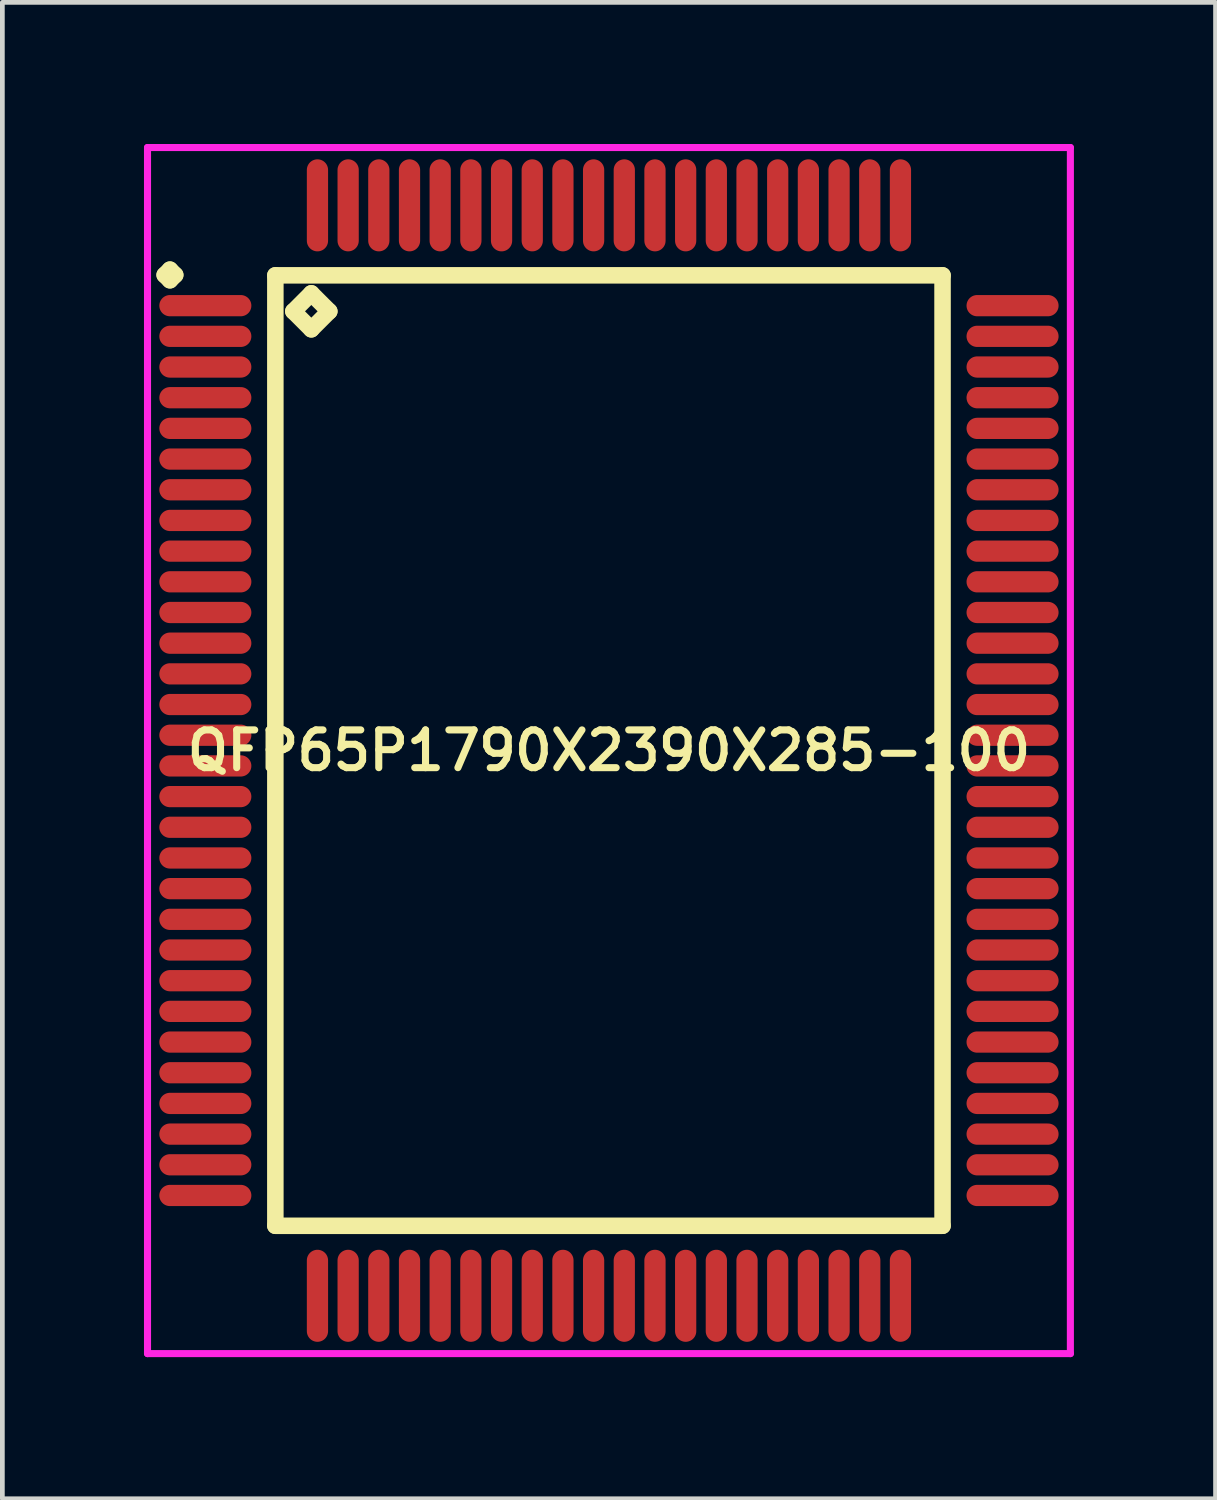
<source format=kicad_pcb>
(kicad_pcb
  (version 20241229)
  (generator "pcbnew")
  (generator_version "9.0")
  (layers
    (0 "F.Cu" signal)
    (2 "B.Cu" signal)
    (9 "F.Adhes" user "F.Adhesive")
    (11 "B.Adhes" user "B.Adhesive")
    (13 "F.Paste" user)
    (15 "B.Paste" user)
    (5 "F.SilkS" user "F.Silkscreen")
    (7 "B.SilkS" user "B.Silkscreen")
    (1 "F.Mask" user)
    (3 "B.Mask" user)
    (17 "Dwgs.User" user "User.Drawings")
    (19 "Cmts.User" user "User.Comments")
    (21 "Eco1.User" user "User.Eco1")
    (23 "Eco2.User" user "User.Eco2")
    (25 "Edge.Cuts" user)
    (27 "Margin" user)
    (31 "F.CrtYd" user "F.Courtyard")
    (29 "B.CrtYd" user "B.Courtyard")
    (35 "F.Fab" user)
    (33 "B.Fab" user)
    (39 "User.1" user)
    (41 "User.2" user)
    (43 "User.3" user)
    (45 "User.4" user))
  (footprint "QFP65P1790X2390X285-100"
    (layer "F.Cu")
    (at 9.85 12.85)
    (property "Reference" "QFP65P1790X2390X285-100" (at 0 0 0) (layer "F.SilkS") (effects (font (size 0.8 0.8) (thickness 0.15))))
    (attr smd)
    (fp_line (start -9.412 -10.075) (end -9.3 -10.188) (stroke (width 0.35) (type solid)) (layer "F.SilkS"))
    (fp_line (start -9.3 -10.188) (end -9.188 -10.075) (stroke (width 0.35) (type solid)) (layer "F.SilkS"))
    (fp_line (start -9.3 -9.963) (end -9.412 -10.075) (stroke (width 0.35) (type solid)) (layer "F.SilkS"))
    (fp_line (start -9.188 -10.075) (end -9.3 -9.963) (stroke (width 0.35) (type solid)) (layer "F.SilkS"))
    (fp_line (start -7.067 -10.067) (end -7.067 10.067) (stroke (width 0.35) (type solid)) (layer "F.SilkS"))
    (fp_line (start -7.067 10.067) (end 7.067 10.067) (stroke (width 0.35) (type solid)) (layer "F.SilkS"))
    (fp_line (start -6.686 -9.305) (end -6.305 -9.686) (stroke (width 0.35) (type solid)) (layer "F.SilkS"))
    (fp_line (start -6.305 -9.686) (end -5.924 -9.305) (stroke (width 0.35) (type solid)) (layer "F.SilkS"))
    (fp_line (start -6.305 -8.924) (end -6.686 -9.305) (stroke (width 0.35) (type solid)) (layer "F.SilkS"))
    (fp_line (start -5.924 -9.305) (end -6.305 -8.924) (stroke (width 0.35) (type solid)) (layer "F.SilkS"))
    (fp_line (start 7.067 -10.067) (end -7.067 -10.067) (stroke (width 0.35) (type solid)) (layer "F.SilkS"))
    (fp_line (start 7.067 10.067) (end 7.067 -10.067) (stroke (width 0.35) (type solid)) (layer "F.SilkS"))
    (fp_line (start -9.775 -12.775) (end 9.775 -12.775) (stroke (width 0.15) (type solid)) (layer "F.CrtYd"))
    (fp_line (start -9.775 12.775) (end -9.775 -12.775) (stroke (width 0.15) (type solid)) (layer "F.CrtYd"))
    (fp_line (start 9.775 -12.775) (end 9.775 12.775) (stroke (width 0.15) (type solid)) (layer "F.CrtYd"))
    (fp_line (start 9.775 12.775) (end -9.775 12.775) (stroke (width 0.15) (type solid)) (layer "F.CrtYd"))
    (pad "1" smd oval (at -8.55 -9.425) (size 1.95 0.45) (layers "F.Cu" "F.Mask" "F.Paste"))
    (pad "2" smd oval (at -8.55 -8.775) (size 1.95 0.45) (layers "F.Cu" "F.Mask" "F.Paste"))
    (pad "3" smd oval (at -8.55 -8.125) (size 1.95 0.45) (layers "F.Cu" "F.Mask" "F.Paste"))
    (pad "4" smd oval (at -8.55 -7.475) (size 1.95 0.45) (layers "F.Cu" "F.Mask" "F.Paste"))
    (pad "5" smd oval (at -8.55 -6.825) (size 1.95 0.45) (layers "F.Cu" "F.Mask" "F.Paste"))
    (pad "6" smd oval (at -8.55 -6.175) (size 1.95 0.45) (layers "F.Cu" "F.Mask" "F.Paste"))
    (pad "7" smd oval (at -8.55 -5.525) (size 1.95 0.45) (layers "F.Cu" "F.Mask" "F.Paste"))
    (pad "8" smd oval (at -8.55 -4.875) (size 1.95 0.45) (layers "F.Cu" "F.Mask" "F.Paste"))
    (pad "9" smd oval (at -8.55 -4.225) (size 1.95 0.45) (layers "F.Cu" "F.Mask" "F.Paste"))
    (pad "10" smd oval (at -8.55 -3.575) (size 1.95 0.45) (layers "F.Cu" "F.Mask" "F.Paste"))
    (pad "11" smd oval (at -8.55 -2.925) (size 1.95 0.45) (layers "F.Cu" "F.Mask" "F.Paste"))
    (pad "12" smd oval (at -8.55 -2.275) (size 1.95 0.45) (layers "F.Cu" "F.Mask" "F.Paste"))
    (pad "13" smd oval (at -8.55 -1.625) (size 1.95 0.45) (layers "F.Cu" "F.Mask" "F.Paste"))
    (pad "14" smd oval (at -8.55 -0.975) (size 1.95 0.45) (layers "F.Cu" "F.Mask" "F.Paste"))
    (pad "15" smd oval (at -8.55 -0.325) (size 1.95 0.45) (layers "F.Cu" "F.Mask" "F.Paste"))
    (pad "16" smd oval (at -8.55 0.325) (size 1.95 0.45) (layers "F.Cu" "F.Mask" "F.Paste"))
    (pad "17" smd oval (at -8.55 0.975) (size 1.95 0.45) (layers "F.Cu" "F.Mask" "F.Paste"))
    (pad "18" smd oval (at -8.55 1.625) (size 1.95 0.45) (layers "F.Cu" "F.Mask" "F.Paste"))
    (pad "19" smd oval (at -8.55 2.275) (size 1.95 0.45) (layers "F.Cu" "F.Mask" "F.Paste"))
    (pad "20" smd oval (at -8.55 2.925) (size 1.95 0.45) (layers "F.Cu" "F.Mask" "F.Paste"))
    (pad "21" smd oval (at -8.55 3.575) (size 1.95 0.45) (layers "F.Cu" "F.Mask" "F.Paste"))
    (pad "22" smd oval (at -8.55 4.225) (size 1.95 0.45) (layers "F.Cu" "F.Mask" "F.Paste"))
    (pad "23" smd oval (at -8.55 4.875) (size 1.95 0.45) (layers "F.Cu" "F.Mask" "F.Paste"))
    (pad "24" smd oval (at -8.55 5.525) (size 1.95 0.45) (layers "F.Cu" "F.Mask" "F.Paste"))
    (pad "25" smd oval (at -8.55 6.175) (size 1.95 0.45) (layers "F.Cu" "F.Mask" "F.Paste"))
    (pad "26" smd oval (at -8.55 6.825) (size 1.95 0.45) (layers "F.Cu" "F.Mask" "F.Paste"))
    (pad "27" smd oval (at -8.55 7.475) (size 1.95 0.45) (layers "F.Cu" "F.Mask" "F.Paste"))
    (pad "28" smd oval (at -8.55 8.125) (size 1.95 0.45) (layers "F.Cu" "F.Mask" "F.Paste"))
    (pad "29" smd oval (at -8.55 8.775) (size 1.95 0.45) (layers "F.Cu" "F.Mask" "F.Paste"))
    (pad "30" smd oval (at -8.55 9.425) (size 1.95 0.45) (layers "F.Cu" "F.Mask" "F.Paste"))
    (pad "31" smd oval (at -6.175 11.55) (size 0.45 1.95) (layers "F.Cu" "F.Mask" "F.Paste"))
    (pad "32" smd oval (at -5.525 11.55) (size 0.45 1.95) (layers "F.Cu" "F.Mask" "F.Paste"))
    (pad "33" smd oval (at -4.875 11.55) (size 0.45 1.95) (layers "F.Cu" "F.Mask" "F.Paste"))
    (pad "34" smd oval (at -4.225 11.55) (size 0.45 1.95) (layers "F.Cu" "F.Mask" "F.Paste"))
    (pad "35" smd oval (at -3.575 11.55) (size 0.45 1.95) (layers "F.Cu" "F.Mask" "F.Paste"))
    (pad "36" smd oval (at -2.925 11.55) (size 0.45 1.95) (layers "F.Cu" "F.Mask" "F.Paste"))
    (pad "37" smd oval (at -2.275 11.55) (size 0.45 1.95) (layers "F.Cu" "F.Mask" "F.Paste"))
    (pad "38" smd oval (at -1.625 11.55) (size 0.45 1.95) (layers "F.Cu" "F.Mask" "F.Paste"))
    (pad "39" smd oval (at -0.975 11.55) (size 0.45 1.95) (layers "F.Cu" "F.Mask" "F.Paste"))
    (pad "40" smd oval (at -0.325 11.55) (size 0.45 1.95) (layers "F.Cu" "F.Mask" "F.Paste"))
    (pad "41" smd oval (at 0.325 11.55) (size 0.45 1.95) (layers "F.Cu" "F.Mask" "F.Paste"))
    (pad "42" smd oval (at 0.975 11.55) (size 0.45 1.95) (layers "F.Cu" "F.Mask" "F.Paste"))
    (pad "43" smd oval (at 1.625 11.55) (size 0.45 1.95) (layers "F.Cu" "F.Mask" "F.Paste"))
    (pad "44" smd oval (at 2.275 11.55) (size 0.45 1.95) (layers "F.Cu" "F.Mask" "F.Paste"))
    (pad "45" smd oval (at 2.925 11.55) (size 0.45 1.95) (layers "F.Cu" "F.Mask" "F.Paste"))
    (pad "46" smd oval (at 3.575 11.55) (size 0.45 1.95) (layers "F.Cu" "F.Mask" "F.Paste"))
    (pad "47" smd oval (at 4.225 11.55) (size 0.45 1.95) (layers "F.Cu" "F.Mask" "F.Paste"))
    (pad "48" smd oval (at 4.875 11.55) (size 0.45 1.95) (layers "F.Cu" "F.Mask" "F.Paste"))
    (pad "49" smd oval (at 5.525 11.55) (size 0.45 1.95) (layers "F.Cu" "F.Mask" "F.Paste"))
    (pad "50" smd oval (at 6.175 11.55) (size 0.45 1.95) (layers "F.Cu" "F.Mask" "F.Paste"))
    (pad "51" smd oval (at 8.55 9.425) (size 1.95 0.45) (layers "F.Cu" "F.Mask" "F.Paste"))
    (pad "52" smd oval (at 8.55 8.775) (size 1.95 0.45) (layers "F.Cu" "F.Mask" "F.Paste"))
    (pad "53" smd oval (at 8.55 8.125) (size 1.95 0.45) (layers "F.Cu" "F.Mask" "F.Paste"))
    (pad "54" smd oval (at 8.55 7.475) (size 1.95 0.45) (layers "F.Cu" "F.Mask" "F.Paste"))
    (pad "55" smd oval (at 8.55 6.825) (size 1.95 0.45) (layers "F.Cu" "F.Mask" "F.Paste"))
    (pad "56" smd oval (at 8.55 6.175) (size 1.95 0.45) (layers "F.Cu" "F.Mask" "F.Paste"))
    (pad "57" smd oval (at 8.55 5.525) (size 1.95 0.45) (layers "F.Cu" "F.Mask" "F.Paste"))
    (pad "58" smd oval (at 8.55 4.875) (size 1.95 0.45) (layers "F.Cu" "F.Mask" "F.Paste"))
    (pad "59" smd oval (at 8.55 4.225) (size 1.95 0.45) (layers "F.Cu" "F.Mask" "F.Paste"))
    (pad "60" smd oval (at 8.55 3.575) (size 1.95 0.45) (layers "F.Cu" "F.Mask" "F.Paste"))
    (pad "61" smd oval (at 8.55 2.925) (size 1.95 0.45) (layers "F.Cu" "F.Mask" "F.Paste"))
    (pad "62" smd oval (at 8.55 2.275) (size 1.95 0.45) (layers "F.Cu" "F.Mask" "F.Paste"))
    (pad "63" smd oval (at 8.55 1.625) (size 1.95 0.45) (layers "F.Cu" "F.Mask" "F.Paste"))
    (pad "64" smd oval (at 8.55 0.975) (size 1.95 0.45) (layers "F.Cu" "F.Mask" "F.Paste"))
    (pad "65" smd oval (at 8.55 0.325) (size 1.95 0.45) (layers "F.Cu" "F.Mask" "F.Paste"))
    (pad "66" smd oval (at 8.55 -0.325) (size 1.95 0.45) (layers "F.Cu" "F.Mask" "F.Paste"))
    (pad "67" smd oval (at 8.55 -0.975) (size 1.95 0.45) (layers "F.Cu" "F.Mask" "F.Paste"))
    (pad "68" smd oval (at 8.55 -1.625) (size 1.95 0.45) (layers "F.Cu" "F.Mask" "F.Paste"))
    (pad "69" smd oval (at 8.55 -2.275) (size 1.95 0.45) (layers "F.Cu" "F.Mask" "F.Paste"))
    (pad "70" smd oval (at 8.55 -2.925) (size 1.95 0.45) (layers "F.Cu" "F.Mask" "F.Paste"))
    (pad "71" smd oval (at 8.55 -3.575) (size 1.95 0.45) (layers "F.Cu" "F.Mask" "F.Paste"))
    (pad "72" smd oval (at 8.55 -4.225) (size 1.95 0.45) (layers "F.Cu" "F.Mask" "F.Paste"))
    (pad "73" smd oval (at 8.55 -4.875) (size 1.95 0.45) (layers "F.Cu" "F.Mask" "F.Paste"))
    (pad "74" smd oval (at 8.55 -5.525) (size 1.95 0.45) (layers "F.Cu" "F.Mask" "F.Paste"))
    (pad "75" smd oval (at 8.55 -6.175) (size 1.95 0.45) (layers "F.Cu" "F.Mask" "F.Paste"))
    (pad "76" smd oval (at 8.55 -6.825) (size 1.95 0.45) (layers "F.Cu" "F.Mask" "F.Paste"))
    (pad "77" smd oval (at 8.55 -7.475) (size 1.95 0.45) (layers "F.Cu" "F.Mask" "F.Paste"))
    (pad "78" smd oval (at 8.55 -8.125) (size 1.95 0.45) (layers "F.Cu" "F.Mask" "F.Paste"))
    (pad "79" smd oval (at 8.55 -8.775) (size 1.95 0.45) (layers "F.Cu" "F.Mask" "F.Paste"))
    (pad "80" smd oval (at 8.55 -9.425) (size 1.95 0.45) (layers "F.Cu" "F.Mask" "F.Paste"))
    (pad "81" smd oval (at 6.175 -11.55) (size 0.45 1.95) (layers "F.Cu" "F.Mask" "F.Paste"))
    (pad "82" smd oval (at 5.525 -11.55) (size 0.45 1.95) (layers "F.Cu" "F.Mask" "F.Paste"))
    (pad "83" smd oval (at 4.875 -11.55) (size 0.45 1.95) (layers "F.Cu" "F.Mask" "F.Paste"))
    (pad "84" smd oval (at 4.225 -11.55) (size 0.45 1.95) (layers "F.Cu" "F.Mask" "F.Paste"))
    (pad "85" smd oval (at 3.575 -11.55) (size 0.45 1.95) (layers "F.Cu" "F.Mask" "F.Paste"))
    (pad "86" smd oval (at 2.925 -11.55) (size 0.45 1.95) (layers "F.Cu" "F.Mask" "F.Paste"))
    (pad "87" smd oval (at 2.275 -11.55) (size 0.45 1.95) (layers "F.Cu" "F.Mask" "F.Paste"))
    (pad "88" smd oval (at 1.625 -11.55) (size 0.45 1.95) (layers "F.Cu" "F.Mask" "F.Paste"))
    (pad "89" smd oval (at 0.975 -11.55) (size 0.45 1.95) (layers "F.Cu" "F.Mask" "F.Paste"))
    (pad "90" smd oval (at 0.325 -11.55) (size 0.45 1.95) (layers "F.Cu" "F.Mask" "F.Paste"))
    (pad "91" smd oval (at -0.325 -11.55) (size 0.45 1.95) (layers "F.Cu" "F.Mask" "F.Paste"))
    (pad "92" smd oval (at -0.975 -11.55) (size 0.45 1.95) (layers "F.Cu" "F.Mask" "F.Paste"))
    (pad "93" smd oval (at -1.625 -11.55) (size 0.45 1.95) (layers "F.Cu" "F.Mask" "F.Paste"))
    (pad "94" smd oval (at -2.275 -11.55) (size 0.45 1.95) (layers "F.Cu" "F.Mask" "F.Paste"))
    (pad "95" smd oval (at -2.925 -11.55) (size 0.45 1.95) (layers "F.Cu" "F.Mask" "F.Paste"))
    (pad "96" smd oval (at -3.575 -11.55) (size 0.45 1.95) (layers "F.Cu" "F.Mask" "F.Paste"))
    (pad "97" smd oval (at -4.225 -11.55) (size 0.45 1.95) (layers "F.Cu" "F.Mask" "F.Paste"))
    (pad "98" smd oval (at -4.875 -11.55) (size 0.45 1.95) (layers "F.Cu" "F.Mask" "F.Paste"))
    (pad "99" smd oval (at -5.525 -11.55) (size 0.45 1.95) (layers "F.Cu" "F.Mask" "F.Paste"))
    (pad "100" smd oval (at -6.175 -11.55) (size 0.45 1.95) (layers "F.Cu" "F.Mask" "F.Paste")))
  (gr_rect
    (start -3 -3)
    (end 22.7 28.7)
    (stroke (width 0.1) (type default))
    (fill no)
    (layer "Edge.Cuts")))
</source>
